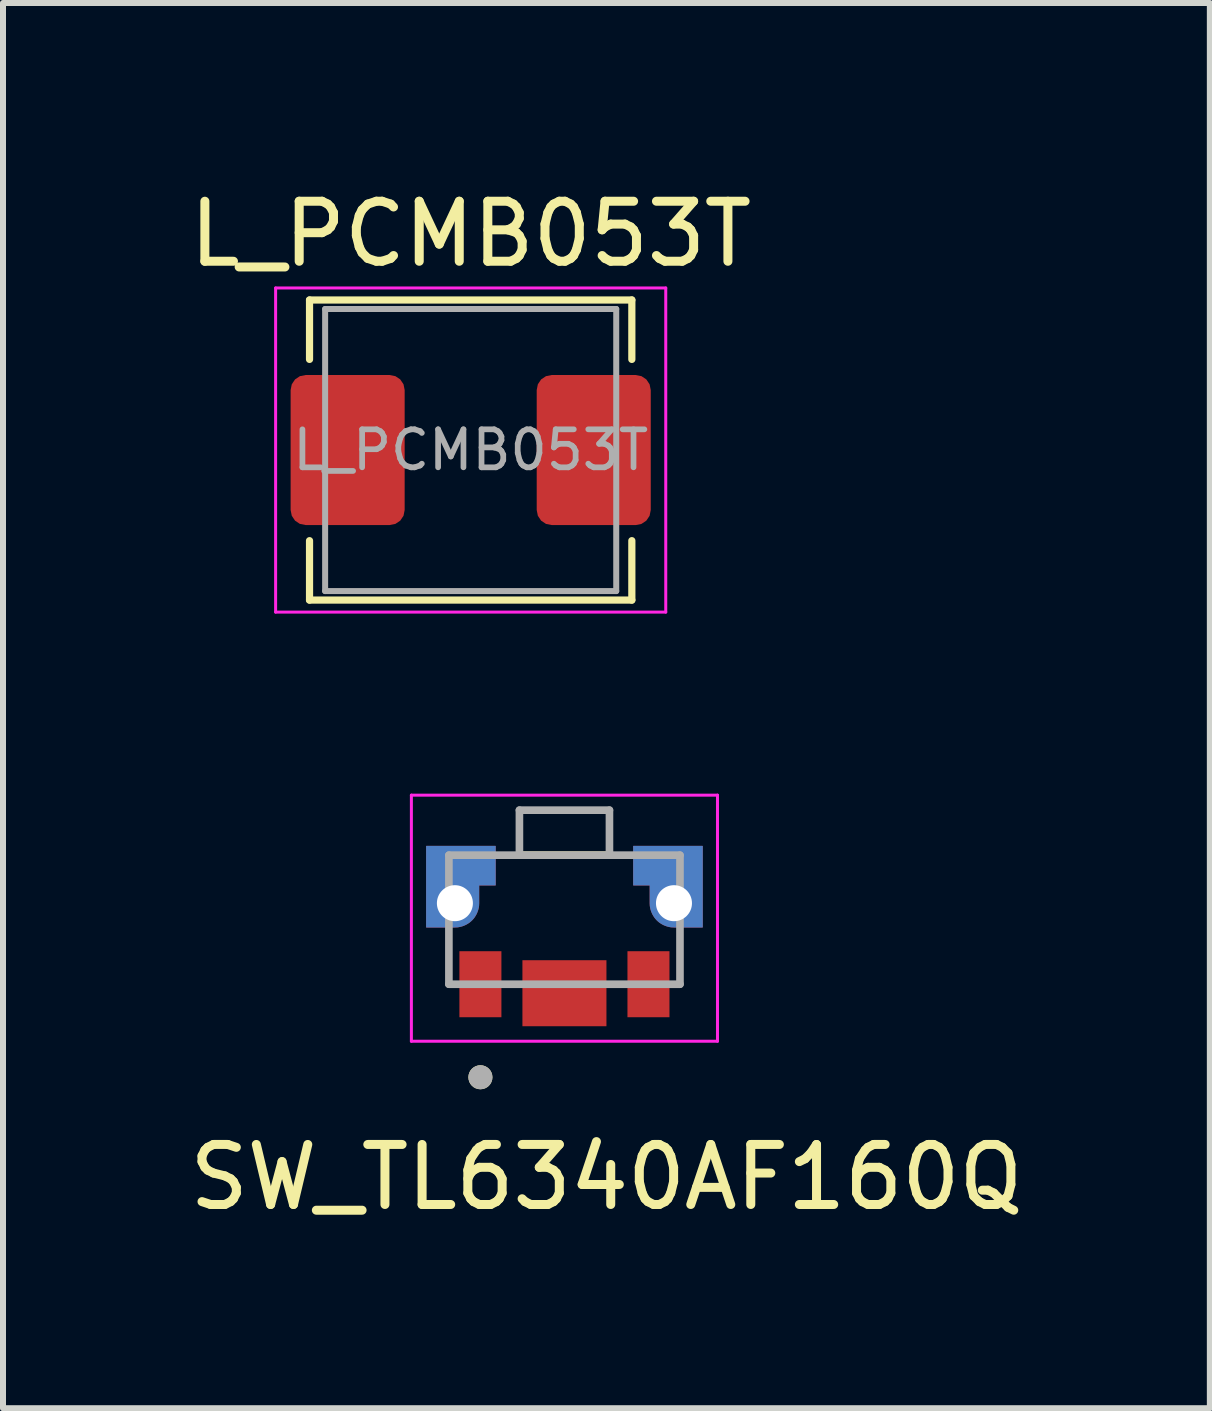
<source format=kicad_pcb>
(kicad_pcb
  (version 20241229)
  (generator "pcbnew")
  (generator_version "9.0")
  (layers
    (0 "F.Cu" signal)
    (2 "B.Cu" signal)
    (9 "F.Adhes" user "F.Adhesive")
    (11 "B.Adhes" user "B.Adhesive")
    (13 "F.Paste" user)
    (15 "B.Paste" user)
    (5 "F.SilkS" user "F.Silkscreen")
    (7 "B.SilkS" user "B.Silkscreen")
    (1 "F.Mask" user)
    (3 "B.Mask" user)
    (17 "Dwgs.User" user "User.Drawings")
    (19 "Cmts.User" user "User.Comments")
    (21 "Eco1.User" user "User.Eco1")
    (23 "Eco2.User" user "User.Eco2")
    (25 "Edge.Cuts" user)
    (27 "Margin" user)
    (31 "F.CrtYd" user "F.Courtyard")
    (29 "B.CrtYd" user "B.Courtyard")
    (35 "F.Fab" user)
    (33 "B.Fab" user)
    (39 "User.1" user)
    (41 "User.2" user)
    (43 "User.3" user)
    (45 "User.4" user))
  (footprint "L_PCMB053T"
    (layer "F.Cu")
    (at 4.792 4.448)
    (property "Reference" "L_PCMB053T" (at 0 -3.6 0) (layer "F.SilkS") (effects (font (size 1 1) (thickness 0.15))))
    (attr smd)
    (fp_line (start -2.685 -2.5) (end -2.685 -1.51) (stroke (width 0.12) (type solid)) (layer "F.SilkS"))
    (fp_line (start -2.685 -2.5) (end 2.685 -2.5) (stroke (width 0.12) (type solid)) (layer "F.SilkS"))
    (fp_line (start -2.685 2.5) (end -2.685 1.51) (stroke (width 0.12) (type solid)) (layer "F.SilkS"))
    (fp_line (start -2.685 2.5) (end 2.685 2.5) (stroke (width 0.12) (type solid)) (layer "F.SilkS"))
    (fp_line (start 2.685 -2.5) (end 2.685 -1.51) (stroke (width 0.12) (type solid)) (layer "F.SilkS"))
    (fp_line (start 2.685 2.5) (end 2.685 1.51) (stroke (width 0.12) (type solid)) (layer "F.SilkS"))
    (fp_line (start -3.25 -2.7) (end -3.25 2.7) (stroke (width 0.05) (type solid)) (layer "F.CrtYd"))
    (fp_line (start -3.25 2.7) (end 3.25 2.7) (stroke (width 0.05) (type solid)) (layer "F.CrtYd"))
    (fp_line (start 3.25 -2.7) (end -3.25 -2.7) (stroke (width 0.05) (type solid)) (layer "F.CrtYd"))
    (fp_line (start 3.25 2.7) (end 3.25 -2.7) (stroke (width 0.05) (type solid)) (layer "F.CrtYd"))
    (fp_line (start -2.425 -2.35) (end -2.425 2.35) (stroke (width 0.1) (type solid)) (layer "F.Fab"))
    (fp_line (start -2.425 2.35) (end 2.425 2.35) (stroke (width 0.1) (type solid)) (layer "F.Fab"))
    (fp_line (start 2.425 -2.35) (end -2.425 -2.35) (stroke (width 0.1) (type solid)) (layer "F.Fab"))
    (fp_line (start 2.425 2.35) (end 2.425 -2.35) (stroke (width 0.1) (type solid)) (layer "F.Fab"))
    (fp_text user "${REFERENCE}" (at 0 0 0) (layer "F.Fab") (effects (font (size 0.633 0.633) (thickness 0.095))))
    (pad "1" smd roundrect (at -2.05 0) (size 1.9 2.5) (layers "F.Cu" "F.Mask" "F.Paste") (roundrect_rratio 0.132))
    (pad "2" smd roundrect (at 2.05 0) (size 1.9 2.5) (layers "F.Cu" "F.Mask" "F.Paste") (roundrect_rratio 0.132)))
  (footprint "SW_TL6340AF160Q"
    (layer "F.Cu")
    (at 6.354 11.998)
    (property "Reference" "SW_TL6340AF160Q" (at 0.7 4.565 0) (layer "F.SilkS") (effects (font (size 1 1) (thickness 0.15))))
    (attr smd)
    (fp_poly (pts (xy 1.325 -0.2) (xy 1.05 -0.2) (xy 1.05 -1.05) (xy 2.4 -1.05) (xy 2.4 0.5) (xy 1.825 0.5) (xy 1.799 0.499) (xy 1.773 0.497) (xy 1.747 0.494) (xy 1.721 0.489) (xy 1.696 0.483) (xy 1.67 0.476) (xy 1.646 0.467) (xy 1.622 0.457) (xy 1.598 0.446) (xy 1.575 0.433) (xy 1.553 0.419) (xy 1.531 0.405) (xy 1.51 0.389) (xy 1.49 0.372) (xy 1.471 0.354) (xy 1.453 0.335) (xy 1.436 0.315) (xy 1.42 0.294) (xy 1.406 0.272) (xy 1.392 0.25) (xy 1.379 0.227) (xy 1.368 0.203) (xy 1.358 0.179) (xy 1.349 0.155) (xy 1.342 0.129) (xy 1.336 0.104) (xy 1.331 0.078) (xy 1.328 0.052) (xy 1.326 0.026) (xy 1.325 0) (xy 1.325 -0.2)) (stroke (width 0.01) (type solid)) (fill yes) (layer "F.Mask"))
    (fp_poly (pts (xy -1.325 -0.2) (xy -1.05 -0.2) (xy -1.05 -1.05) (xy -1.075 -1.05) (xy -2.4 -1.05) (xy -2.4 0.5) (xy -1.825 0.5) (xy -1.799 0.499) (xy -1.773 0.497) (xy -1.747 0.494) (xy -1.721 0.489) (xy -1.696 0.483) (xy -1.67 0.476) (xy -1.646 0.467) (xy -1.622 0.457) (xy -1.598 0.446) (xy -1.575 0.433) (xy -1.553 0.419) (xy -1.531 0.405) (xy -1.51 0.389) (xy -1.49 0.372) (xy -1.471 0.354) (xy -1.453 0.335) (xy -1.436 0.315) (xy -1.42 0.294) (xy -1.406 0.272) (xy -1.392 0.25) (xy -1.379 0.227) (xy -1.368 0.203) (xy -1.358 0.179) (xy -1.349 0.155) (xy -1.342 0.129) (xy -1.336 0.104) (xy -1.331 0.078) (xy -1.328 0.052) (xy -1.326 0.026) (xy -1.325 0) (xy -1.325 -0.2)) (stroke (width 0.01) (type solid)) (fill yes) (layer "F.Mask"))
    (fp_poly (pts (xy -1.325 -0.2) (xy -1.05 -0.2) (xy -1.05 -1.05) (xy -2.4 -1.05) (xy -2.4 0.5) (xy -1.825 0.5) (xy -1.799 0.499) (xy -1.773 0.497) (xy -1.747 0.494) (xy -1.721 0.489) (xy -1.696 0.483) (xy -1.67 0.476) (xy -1.646 0.467) (xy -1.622 0.457) (xy -1.598 0.446) (xy -1.575 0.433) (xy -1.553 0.419) (xy -1.531 0.405) (xy -1.51 0.389) (xy -1.49 0.372) (xy -1.471 0.354) (xy -1.453 0.335) (xy -1.436 0.315) (xy -1.42 0.294) (xy -1.406 0.272) (xy -1.392 0.25) (xy -1.379 0.227) (xy -1.368 0.203) (xy -1.358 0.179) (xy -1.349 0.155) (xy -1.342 0.129) (xy -1.336 0.104) (xy -1.331 0.078) (xy -1.328 0.052) (xy -1.326 0.026) (xy -1.325 0) (xy -1.325 -0.2)) (stroke (width 0.01) (type solid)) (fill yes) (layer "B.Mask"))
    (fp_poly (pts (xy 1.325 -0.2) (xy 1.05 -0.2) (xy 1.05 -1.05) (xy 2.4 -1.05) (xy 2.4 0.5) (xy 1.825 0.5) (xy 1.799 0.499) (xy 1.773 0.497) (xy 1.747 0.494) (xy 1.721 0.489) (xy 1.696 0.483) (xy 1.67 0.476) (xy 1.646 0.467) (xy 1.622 0.457) (xy 1.598 0.446) (xy 1.575 0.433) (xy 1.553 0.419) (xy 1.531 0.405) (xy 1.51 0.389) (xy 1.49 0.372) (xy 1.471 0.354) (xy 1.453 0.335) (xy 1.436 0.315) (xy 1.42 0.294) (xy 1.406 0.272) (xy 1.392 0.25) (xy 1.379 0.227) (xy 1.368 0.203) (xy 1.358 0.179) (xy 1.349 0.155) (xy 1.342 0.129) (xy 1.336 0.104) (xy 1.331 0.078) (xy 1.328 0.052) (xy 1.326 0.026) (xy 1.325 0) (xy 1.325 -0.2)) (stroke (width 0.01) (type solid)) (fill yes) (layer "B.Mask"))
    (fp_line (start 0.75 -0.8) (end -0.75 -0.8) (stroke (width 0.127) (type solid)) (layer "F.SilkS"))
    (fp_circle (center -1.4 2.9) (end -1.3 2.9) (stroke (width 0.2) (type solid)) (fill no) (layer "F.SilkS"))
    (fp_line (start -2.55 -1.8) (end -2.55 2.3) (stroke (width 0.05) (type solid)) (layer "F.CrtYd"))
    (fp_line (start -2.55 2.3) (end 2.55 2.3) (stroke (width 0.05) (type solid)) (layer "F.CrtYd"))
    (fp_line (start 2.55 -1.8) (end -2.55 -1.8) (stroke (width 0.05) (type solid)) (layer "F.CrtYd"))
    (fp_line (start 2.55 2.3) (end 2.55 -1.8) (stroke (width 0.05) (type solid)) (layer "F.CrtYd"))
    (fp_line (start -1.925 -0.8) (end -1.925 1.35) (stroke (width 0.127) (type solid)) (layer "F.Fab"))
    (fp_line (start -1.925 -0.8) (end -0.75 -0.8) (stroke (width 0.127) (type solid)) (layer "F.Fab"))
    (fp_line (start -1.925 1.35) (end 1.925 1.35) (stroke (width 0.127) (type solid)) (layer "F.Fab"))
    (fp_line (start -0.75 -1.55) (end 0.75 -1.55) (stroke (width 0.127) (type solid)) (layer "F.Fab"))
    (fp_line (start -0.75 -0.8) (end -0.75 -1.55) (stroke (width 0.127) (type solid)) (layer "F.Fab"))
    (fp_line (start 0.75 -1.55) (end 0.75 -0.8) (stroke (width 0.127) (type solid)) (layer "F.Fab"))
    (fp_line (start 0.75 -0.8) (end -0.75 -0.8) (stroke (width 0.127) (type solid)) (layer "F.Fab"))
    (fp_line (start 1.925 -0.8) (end 0.75 -0.8) (stroke (width 0.127) (type solid)) (layer "F.Fab"))
    (fp_line (start 1.925 1.35) (end 1.925 -0.8) (stroke (width 0.127) (type solid)) (layer "F.Fab"))
    (fp_circle (center -1.4 2.9) (end -1.3 2.9) (stroke (width 0.2) (type solid)) (fill no) (layer "F.Fab"))
    (pad "1" smd rect (at -1.4 1.35) (size 0.7 1.1) (layers "F.Cu" "F.Mask" "F.Paste"))
    (pad "2" smd rect (at 1.4 1.35) (size 0.7 1.1) (layers "F.Cu" "F.Mask" "F.Paste"))
    (pad "SH1" thru_hole custom (at -1.825 0) (size 0.8 0.8) (drill 0.6) (layers "*.Cu") (options (anchor circle)) (primitives (gr_poly (pts (xy -0.47 -0.95) (xy -0.475 -0.95) (xy -0.475 0.4) (xy 0 0.4) (xy 0.021 0.399) (xy 0.042 0.398) (xy 0.063 0.395) (xy 0.083 0.391) (xy 0.104 0.386) (xy 0.124 0.38) (xy 0.143 0.373) (xy 0.163 0.365) (xy 0.182 0.356) (xy 0.2 0.346) (xy 0.218 0.335) (xy 0.235 0.324) (xy 0.252 0.311) (xy 0.268 0.297) (xy 0.283 0.283) (xy 0.297 0.268) (xy 0.311 0.252) (xy 0.324 0.235) (xy 0.335 0.218) (xy 0.346 0.2) (xy 0.356 0.182) (xy 0.365 0.163) (xy 0.373 0.143) (xy 0.38 0.124) (xy 0.386 0.104) (xy 0.391 0.083) (xy 0.395 0.063) (xy 0.398 0.042) (xy 0.399 0.021) (xy 0.4 0) (xy 0.4 -0.3) (xy 0.675 -0.3) (xy 0.675 -0.95) (xy -0.47 -0.95)) (width 0.01) (fill yes))))
    (pad "SH2" thru_hole custom (at 1.825 0) (size 0.8 0.8) (drill 0.6) (layers "*.Cu") (options (anchor circle)) (primitives (gr_poly (pts (xy -0.675 -0.95) (xy 0.475 -0.95) (xy 0.475 0.4) (xy 0 0.4) (xy -0.021 0.399) (xy -0.042 0.398) (xy -0.063 0.395) (xy -0.083 0.391) (xy -0.104 0.386) (xy -0.124 0.38) (xy -0.143 0.373) (xy -0.163 0.365) (xy -0.182 0.356) (xy -0.2 0.346) (xy -0.218 0.335) (xy -0.235 0.324) (xy -0.252 0.311) (xy -0.268 0.297) (xy -0.283 0.283) (xy -0.297 0.268) (xy -0.311 0.252) (xy -0.324 0.235) (xy -0.335 0.218) (xy -0.346 0.2) (xy -0.356 0.182) (xy -0.365 0.163) (xy -0.373 0.143) (xy -0.38 0.124) (xy -0.386 0.104) (xy -0.391 0.083) (xy -0.395 0.063) (xy -0.398 0.042) (xy -0.399 0.021) (xy -0.4 0) (xy -0.4 -0.3) (xy -0.675 -0.3) (xy -0.675 -0.95)) (width 0.01) (fill yes))))
    (pad "SH3" smd rect (at 0 1.5) (size 1.4 1.1) (layers "F.Cu" "F.Mask" "F.Paste")))
  (gr_rect
    (start -3 -3)
    (end 17.107 20.412)
    (stroke (width 0.1) (type default))
    (fill no)
    (layer "Edge.Cuts")))
</source>
